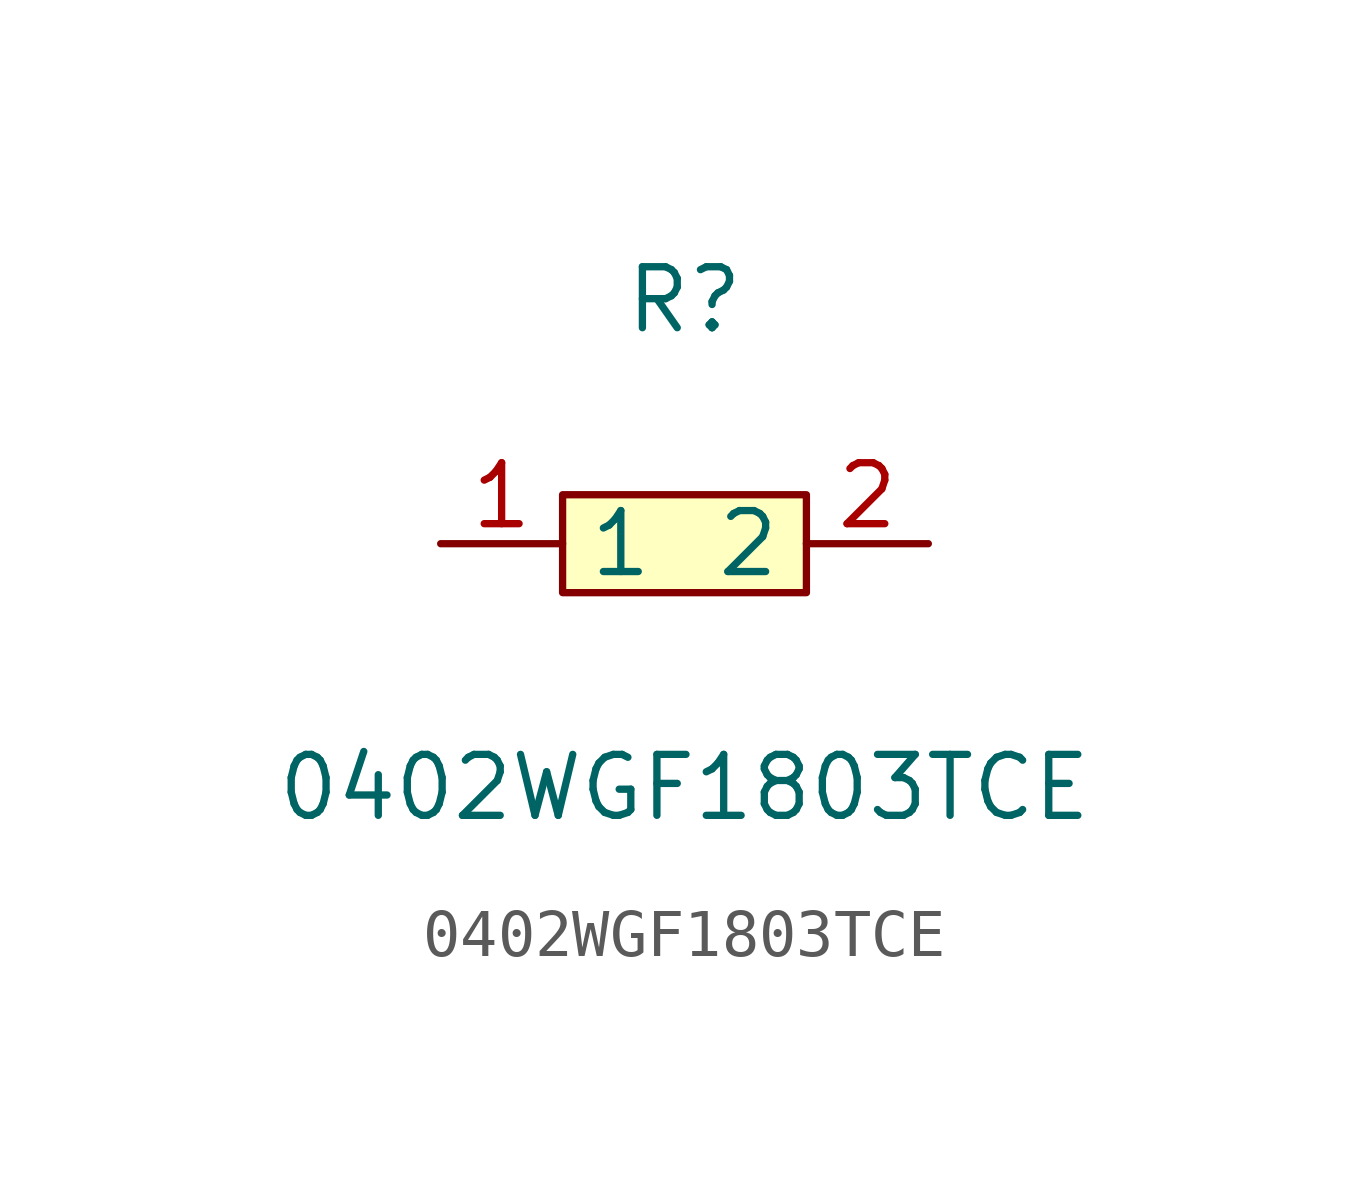
<source format=kicad_sym>
(kicad_symbol_lib
  (version 1)
  (generator "faebryk")
  (symbol "0402WGF1803TCE"
    (property "Reference" "R"
      (at 0 5.08 0)
      (effects (font (size 1.27 1.27)) (hide no)))
    (property "Value" "0402WGF1803TCE"
      (at 0 -5.08 0)
      (effects (font (size 1.27 1.27)) (hide no)))
    (symbol "0402WGF1803TCE_0_1"
      (rectangle (start -2.54 1.02) (end 2.54 -1.02) (stroke (width 0) (type default) (color 0 0 0 0)) (fill (type background)))
      (pin input line (at 5.08 0 180) (length 2.54) (name "2" (effects (font (size 1.27 1.27)) (hide no))) (number "2" (effects (font (size 1.27 1.27)) (hide no))))
      (pin input line (at -5.08 0 0) (length 2.54) (name "1" (effects (font (size 1.27 1.27)) (hide no))) (number "1" (effects (font (size 1.27 1.27)) (hide no)))))))
</source>
